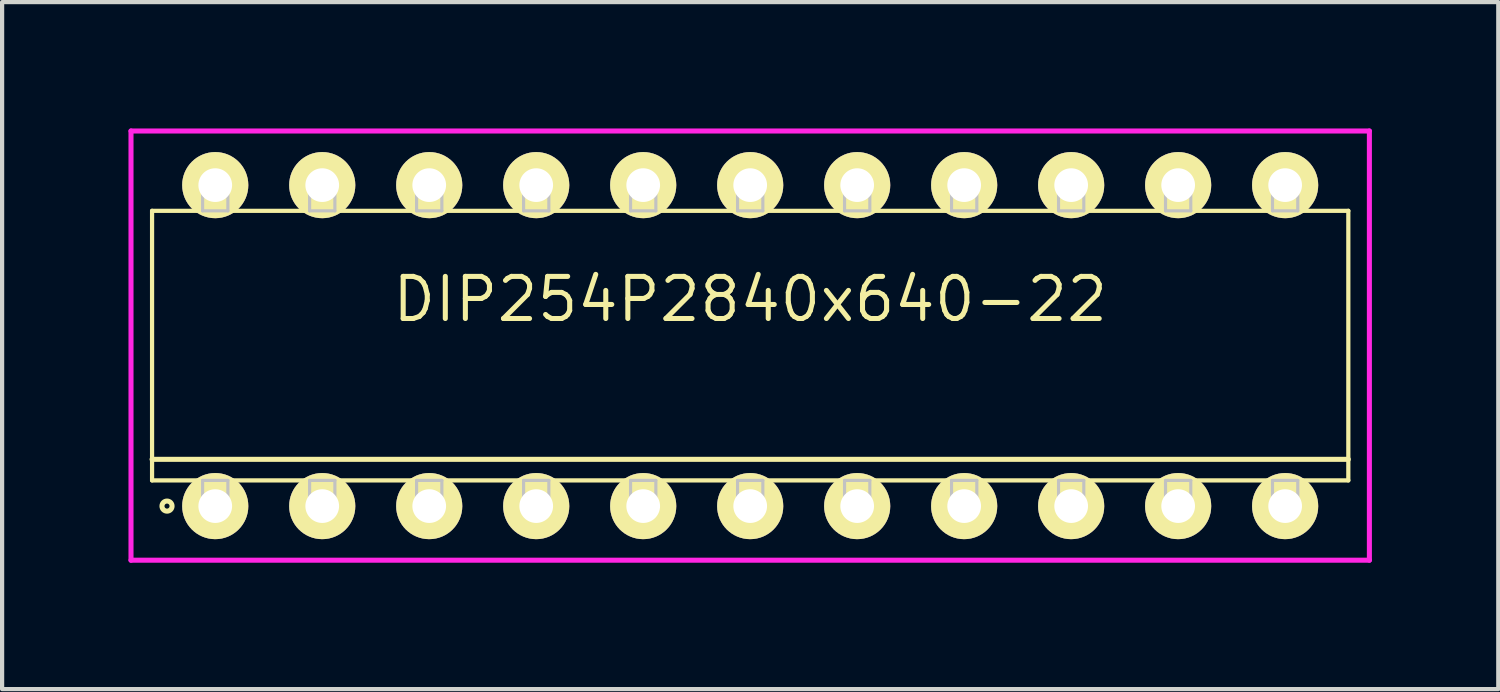
<source format=kicad_pcb>
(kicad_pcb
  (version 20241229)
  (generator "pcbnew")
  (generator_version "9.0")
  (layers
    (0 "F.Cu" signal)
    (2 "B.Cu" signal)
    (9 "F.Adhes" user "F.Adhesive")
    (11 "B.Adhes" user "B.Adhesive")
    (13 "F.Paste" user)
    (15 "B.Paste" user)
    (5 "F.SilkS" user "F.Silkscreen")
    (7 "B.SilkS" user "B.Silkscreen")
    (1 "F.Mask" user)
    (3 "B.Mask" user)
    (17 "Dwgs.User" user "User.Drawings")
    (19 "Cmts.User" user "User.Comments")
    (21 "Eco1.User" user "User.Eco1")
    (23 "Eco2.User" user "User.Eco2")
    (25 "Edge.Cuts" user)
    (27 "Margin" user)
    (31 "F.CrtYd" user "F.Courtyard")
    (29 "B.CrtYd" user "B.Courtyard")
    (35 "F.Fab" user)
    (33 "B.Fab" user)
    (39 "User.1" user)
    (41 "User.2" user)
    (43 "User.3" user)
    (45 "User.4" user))
  (footprint "DIP254P2840x640-22"
    (layer "F.Cu")
    (at 14.76 5.155)
    (property "Reference" "DIP254P2840x640-22" (at 0 -1.1 0) (layer "F.SilkS") (effects (font (size 1 1) (thickness 0.12))))
    (attr through_hole)
    (fp_line (start -14.2 -3.2) (end -14.2 3.2) (stroke (width 0.1) (type solid)) (layer "F.SilkS"))
    (fp_line (start -14.2 2.7) (end 14.2 2.7) (stroke (width 0.12) (type solid)) (layer "F.SilkS"))
    (fp_line (start -14.2 3.2) (end 14.2 3.2) (stroke (width 0.1) (type solid)) (layer "F.SilkS"))
    (fp_line (start 14.2 -3.2) (end -14.2 -3.2) (stroke (width 0.1) (type solid)) (layer "F.SilkS"))
    (fp_line (start 14.2 3.2) (end 14.2 -3.2) (stroke (width 0.1) (type solid)) (layer "F.SilkS"))
    (fp_circle (center -13.845 3.81) (end -13.725 3.81) (stroke (width 0.12) (type solid)) (fill no) (layer "F.SilkS"))
    (fp_line (start -13 -3.81) (end -13 -3.2) (stroke (width 0.075) (type solid)) (layer "Dwgs.User"))
    (fp_line (start -13 -3.2) (end -12.4 -3.2) (stroke (width 0.075) (type solid)) (layer "Dwgs.User"))
    (fp_line (start -13 3.2) (end -12.4 3.2) (stroke (width 0.075) (type solid)) (layer "Dwgs.User"))
    (fp_line (start -13 3.81) (end -13 3.2) (stroke (width 0.075) (type solid)) (layer "Dwgs.User"))
    (fp_line (start -12.4 -3.81) (end -13 -3.81) (stroke (width 0.075) (type solid)) (layer "Dwgs.User"))
    (fp_line (start -12.4 -3.2) (end -12.4 -3.81) (stroke (width 0.075) (type solid)) (layer "Dwgs.User"))
    (fp_line (start -12.4 3.2) (end -12.4 3.81) (stroke (width 0.075) (type solid)) (layer "Dwgs.User"))
    (fp_line (start -12.4 3.81) (end -13 3.81) (stroke (width 0.075) (type solid)) (layer "Dwgs.User"))
    (fp_line (start -10.46 -3.81) (end -10.46 -3.2) (stroke (width 0.075) (type solid)) (layer "Dwgs.User"))
    (fp_line (start -10.46 -3.2) (end -9.86 -3.2) (stroke (width 0.075) (type solid)) (layer "Dwgs.User"))
    (fp_line (start -10.46 3.2) (end -9.86 3.2) (stroke (width 0.075) (type solid)) (layer "Dwgs.User"))
    (fp_line (start -10.46 3.81) (end -10.46 3.2) (stroke (width 0.075) (type solid)) (layer "Dwgs.User"))
    (fp_line (start -9.86 -3.81) (end -10.46 -3.81) (stroke (width 0.075) (type solid)) (layer "Dwgs.User"))
    (fp_line (start -9.86 -3.2) (end -9.86 -3.81) (stroke (width 0.075) (type solid)) (layer "Dwgs.User"))
    (fp_line (start -9.86 3.2) (end -9.86 3.81) (stroke (width 0.075) (type solid)) (layer "Dwgs.User"))
    (fp_line (start -9.86 3.81) (end -10.46 3.81) (stroke (width 0.075) (type solid)) (layer "Dwgs.User"))
    (fp_line (start -7.92 -3.81) (end -7.92 -3.2) (stroke (width 0.075) (type solid)) (layer "Dwgs.User"))
    (fp_line (start -7.92 -3.2) (end -7.32 -3.2) (stroke (width 0.075) (type solid)) (layer "Dwgs.User"))
    (fp_line (start -7.92 3.2) (end -7.32 3.2) (stroke (width 0.075) (type solid)) (layer "Dwgs.User"))
    (fp_line (start -7.92 3.81) (end -7.92 3.2) (stroke (width 0.075) (type solid)) (layer "Dwgs.User"))
    (fp_line (start -7.32 -3.81) (end -7.92 -3.81) (stroke (width 0.075) (type solid)) (layer "Dwgs.User"))
    (fp_line (start -7.32 -3.2) (end -7.32 -3.81) (stroke (width 0.075) (type solid)) (layer "Dwgs.User"))
    (fp_line (start -7.32 3.2) (end -7.32 3.81) (stroke (width 0.075) (type solid)) (layer "Dwgs.User"))
    (fp_line (start -7.32 3.81) (end -7.92 3.81) (stroke (width 0.075) (type solid)) (layer "Dwgs.User"))
    (fp_line (start -5.38 -3.81) (end -5.38 -3.2) (stroke (width 0.075) (type solid)) (layer "Dwgs.User"))
    (fp_line (start -5.38 -3.2) (end -4.78 -3.2) (stroke (width 0.075) (type solid)) (layer "Dwgs.User"))
    (fp_line (start -5.38 3.2) (end -4.78 3.2) (stroke (width 0.075) (type solid)) (layer "Dwgs.User"))
    (fp_line (start -5.38 3.81) (end -5.38 3.2) (stroke (width 0.075) (type solid)) (layer "Dwgs.User"))
    (fp_line (start -4.78 -3.81) (end -5.38 -3.81) (stroke (width 0.075) (type solid)) (layer "Dwgs.User"))
    (fp_line (start -4.78 -3.2) (end -4.78 -3.81) (stroke (width 0.075) (type solid)) (layer "Dwgs.User"))
    (fp_line (start -4.78 3.2) (end -4.78 3.81) (stroke (width 0.075) (type solid)) (layer "Dwgs.User"))
    (fp_line (start -4.78 3.81) (end -5.38 3.81) (stroke (width 0.075) (type solid)) (layer "Dwgs.User"))
    (fp_line (start -2.84 -3.81) (end -2.84 -3.2) (stroke (width 0.075) (type solid)) (layer "Dwgs.User"))
    (fp_line (start -2.84 -3.2) (end -2.24 -3.2) (stroke (width 0.075) (type solid)) (layer "Dwgs.User"))
    (fp_line (start -2.84 3.2) (end -2.24 3.2) (stroke (width 0.075) (type solid)) (layer "Dwgs.User"))
    (fp_line (start -2.84 3.81) (end -2.84 3.2) (stroke (width 0.075) (type solid)) (layer "Dwgs.User"))
    (fp_line (start -2.24 -3.81) (end -2.84 -3.81) (stroke (width 0.075) (type solid)) (layer "Dwgs.User"))
    (fp_line (start -2.24 -3.2) (end -2.24 -3.81) (stroke (width 0.075) (type solid)) (layer "Dwgs.User"))
    (fp_line (start -2.24 3.2) (end -2.24 3.81) (stroke (width 0.075) (type solid)) (layer "Dwgs.User"))
    (fp_line (start -2.24 3.81) (end -2.84 3.81) (stroke (width 0.075) (type solid)) (layer "Dwgs.User"))
    (fp_line (start -0.3 -3.81) (end -0.3 -3.2) (stroke (width 0.075) (type solid)) (layer "Dwgs.User"))
    (fp_line (start -0.3 -3.2) (end 0.3 -3.2) (stroke (width 0.075) (type solid)) (layer "Dwgs.User"))
    (fp_line (start -0.3 3.2) (end 0.3 3.2) (stroke (width 0.075) (type solid)) (layer "Dwgs.User"))
    (fp_line (start -0.3 3.81) (end -0.3 3.2) (stroke (width 0.075) (type solid)) (layer "Dwgs.User"))
    (fp_line (start 0.3 -3.81) (end -0.3 -3.81) (stroke (width 0.075) (type solid)) (layer "Dwgs.User"))
    (fp_line (start 0.3 -3.2) (end 0.3 -3.81) (stroke (width 0.075) (type solid)) (layer "Dwgs.User"))
    (fp_line (start 0.3 3.2) (end 0.3 3.81) (stroke (width 0.075) (type solid)) (layer "Dwgs.User"))
    (fp_line (start 0.3 3.81) (end -0.3 3.81) (stroke (width 0.075) (type solid)) (layer "Dwgs.User"))
    (fp_line (start 2.24 -3.81) (end 2.24 -3.2) (stroke (width 0.075) (type solid)) (layer "Dwgs.User"))
    (fp_line (start 2.24 -3.2) (end 2.84 -3.2) (stroke (width 0.075) (type solid)) (layer "Dwgs.User"))
    (fp_line (start 2.24 3.2) (end 2.84 3.2) (stroke (width 0.075) (type solid)) (layer "Dwgs.User"))
    (fp_line (start 2.24 3.81) (end 2.24 3.2) (stroke (width 0.075) (type solid)) (layer "Dwgs.User"))
    (fp_line (start 2.84 -3.81) (end 2.24 -3.81) (stroke (width 0.075) (type solid)) (layer "Dwgs.User"))
    (fp_line (start 2.84 -3.2) (end 2.84 -3.81) (stroke (width 0.075) (type solid)) (layer "Dwgs.User"))
    (fp_line (start 2.84 3.2) (end 2.84 3.81) (stroke (width 0.075) (type solid)) (layer "Dwgs.User"))
    (fp_line (start 2.84 3.81) (end 2.24 3.81) (stroke (width 0.075) (type solid)) (layer "Dwgs.User"))
    (fp_line (start 4.78 -3.81) (end 4.78 -3.2) (stroke (width 0.075) (type solid)) (layer "Dwgs.User"))
    (fp_line (start 4.78 -3.2) (end 5.38 -3.2) (stroke (width 0.075) (type solid)) (layer "Dwgs.User"))
    (fp_line (start 4.78 3.2) (end 5.38 3.2) (stroke (width 0.075) (type solid)) (layer "Dwgs.User"))
    (fp_line (start 4.78 3.81) (end 4.78 3.2) (stroke (width 0.075) (type solid)) (layer "Dwgs.User"))
    (fp_line (start 5.38 -3.81) (end 4.78 -3.81) (stroke (width 0.075) (type solid)) (layer "Dwgs.User"))
    (fp_line (start 5.38 -3.2) (end 5.38 -3.81) (stroke (width 0.075) (type solid)) (layer "Dwgs.User"))
    (fp_line (start 5.38 3.2) (end 5.38 3.81) (stroke (width 0.075) (type solid)) (layer "Dwgs.User"))
    (fp_line (start 5.38 3.81) (end 4.78 3.81) (stroke (width 0.075) (type solid)) (layer "Dwgs.User"))
    (fp_line (start 7.32 -3.81) (end 7.32 -3.2) (stroke (width 0.075) (type solid)) (layer "Dwgs.User"))
    (fp_line (start 7.32 -3.2) (end 7.92 -3.2) (stroke (width 0.075) (type solid)) (layer "Dwgs.User"))
    (fp_line (start 7.32 3.2) (end 7.92 3.2) (stroke (width 0.075) (type solid)) (layer "Dwgs.User"))
    (fp_line (start 7.32 3.81) (end 7.32 3.2) (stroke (width 0.075) (type solid)) (layer "Dwgs.User"))
    (fp_line (start 7.92 -3.81) (end 7.32 -3.81) (stroke (width 0.075) (type solid)) (layer "Dwgs.User"))
    (fp_line (start 7.92 -3.2) (end 7.92 -3.81) (stroke (width 0.075) (type solid)) (layer "Dwgs.User"))
    (fp_line (start 7.92 3.2) (end 7.92 3.81) (stroke (width 0.075) (type solid)) (layer "Dwgs.User"))
    (fp_line (start 7.92 3.81) (end 7.32 3.81) (stroke (width 0.075) (type solid)) (layer "Dwgs.User"))
    (fp_line (start 9.86 -3.81) (end 9.86 -3.2) (stroke (width 0.075) (type solid)) (layer "Dwgs.User"))
    (fp_line (start 9.86 -3.2) (end 10.46 -3.2) (stroke (width 0.075) (type solid)) (layer "Dwgs.User"))
    (fp_line (start 9.86 3.2) (end 10.46 3.2) (stroke (width 0.075) (type solid)) (layer "Dwgs.User"))
    (fp_line (start 9.86 3.81) (end 9.86 3.2) (stroke (width 0.075) (type solid)) (layer "Dwgs.User"))
    (fp_line (start 10.46 -3.81) (end 9.86 -3.81) (stroke (width 0.075) (type solid)) (layer "Dwgs.User"))
    (fp_line (start 10.46 -3.2) (end 10.46 -3.81) (stroke (width 0.075) (type solid)) (layer "Dwgs.User"))
    (fp_line (start 10.46 3.2) (end 10.46 3.81) (stroke (width 0.075) (type solid)) (layer "Dwgs.User"))
    (fp_line (start 10.46 3.81) (end 9.86 3.81) (stroke (width 0.075) (type solid)) (layer "Dwgs.User"))
    (fp_line (start 12.4 -3.81) (end 12.4 -3.2) (stroke (width 0.075) (type solid)) (layer "Dwgs.User"))
    (fp_line (start 12.4 -3.2) (end 13 -3.2) (stroke (width 0.075) (type solid)) (layer "Dwgs.User"))
    (fp_line (start 12.4 3.2) (end 13 3.2) (stroke (width 0.075) (type solid)) (layer "Dwgs.User"))
    (fp_line (start 12.4 3.81) (end 12.4 3.2) (stroke (width 0.075) (type solid)) (layer "Dwgs.User"))
    (fp_line (start 13 -3.81) (end 12.4 -3.81) (stroke (width 0.075) (type solid)) (layer "Dwgs.User"))
    (fp_line (start 13 -3.2) (end 13 -3.81) (stroke (width 0.075) (type solid)) (layer "Dwgs.User"))
    (fp_line (start 13 3.2) (end 13 3.81) (stroke (width 0.075) (type solid)) (layer "Dwgs.User"))
    (fp_line (start 13 3.81) (end 12.4 3.81) (stroke (width 0.075) (type solid)) (layer "Dwgs.User"))
    (fp_line (start -0.75 0) (end 0.75 0) (stroke (width 0.12) (type solid)) (layer "Eco1.User"))
    (fp_line (start 0 -0.75) (end 0 0.75) (stroke (width 0.12) (type solid)) (layer "Eco1.User"))
    (fp_circle (center 0 0) (end 0.5 0) (stroke (width 0.12) (type solid)) (fill no) (layer "Eco1.User"))
    (fp_line (start -14.7 -5.095) (end -14.7 5.095) (stroke (width 0.12) (type solid)) (layer "F.CrtYd"))
    (fp_line (start -14.7 5.095) (end 14.7 5.095) (stroke (width 0.12) (type solid)) (layer "F.CrtYd"))
    (fp_line (start 14.7 -5.095) (end -14.7 -5.095) (stroke (width 0.12) (type solid)) (layer "F.CrtYd"))
    (fp_line (start 14.7 5.095) (end 14.7 -5.095) (stroke (width 0.12) (type solid)) (layer "F.CrtYd"))
    (pad "1" thru_hole oval (at -12.7 3.81) (size 1.57 1.57) (drill 0.8) (layers "*.Cu" "*.Mask" "F.SilkS"))
    (pad "2" thru_hole oval (at -10.16 3.81) (size 1.57 1.57) (drill 0.8) (layers "*.Cu" "*.Mask" "F.SilkS"))
    (pad "3" thru_hole oval (at -7.62 3.81) (size 1.57 1.57) (drill 0.8) (layers "*.Cu" "*.Mask" "F.SilkS"))
    (pad "4" thru_hole oval (at -5.08 3.81) (size 1.57 1.57) (drill 0.8) (layers "*.Cu" "*.Mask" "F.SilkS"))
    (pad "5" thru_hole oval (at -2.54 3.81) (size 1.57 1.57) (drill 0.8) (layers "*.Cu" "*.Mask" "F.SilkS"))
    (pad "6" thru_hole oval (at 0 3.81) (size 1.57 1.57) (drill 0.8) (layers "*.Cu" "*.Mask" "F.SilkS"))
    (pad "7" thru_hole oval (at 2.54 3.81) (size 1.57 1.57) (drill 0.8) (layers "*.Cu" "*.Mask" "F.SilkS"))
    (pad "8" thru_hole oval (at 5.08 3.81) (size 1.57 1.57) (drill 0.8) (layers "*.Cu" "*.Mask" "F.SilkS"))
    (pad "9" thru_hole oval (at 7.62 3.81) (size 1.57 1.57) (drill 0.8) (layers "*.Cu" "*.Mask" "F.SilkS"))
    (pad "10" thru_hole oval (at 10.16 3.81) (size 1.57 1.57) (drill 0.8) (layers "*.Cu" "*.Mask" "F.SilkS"))
    (pad "11" thru_hole oval (at 12.7 3.81) (size 1.57 1.57) (drill 0.8) (layers "*.Cu" "*.Mask" "F.SilkS"))
    (pad "12" thru_hole oval (at 12.7 -3.81) (size 1.57 1.57) (drill 0.8) (layers "*.Cu" "*.Mask" "F.SilkS"))
    (pad "13" thru_hole oval (at 10.16 -3.81) (size 1.57 1.57) (drill 0.8) (layers "*.Cu" "*.Mask" "F.SilkS"))
    (pad "14" thru_hole oval (at 7.62 -3.81) (size 1.57 1.57) (drill 0.8) (layers "*.Cu" "*.Mask" "F.SilkS"))
    (pad "15" thru_hole oval (at 5.08 -3.81) (size 1.57 1.57) (drill 0.8) (layers "*.Cu" "*.Mask" "F.SilkS"))
    (pad "16" thru_hole oval (at 2.54 -3.81) (size 1.57 1.57) (drill 0.8) (layers "*.Cu" "*.Mask" "F.SilkS"))
    (pad "17" thru_hole oval (at 0 -3.81) (size 1.57 1.57) (drill 0.8) (layers "*.Cu" "*.Mask" "F.SilkS"))
    (pad "18" thru_hole oval (at -2.54 -3.81) (size 1.57 1.57) (drill 0.8) (layers "*.Cu" "*.Mask" "F.SilkS"))
    (pad "19" thru_hole oval (at -5.08 -3.81) (size 1.57 1.57) (drill 0.8) (layers "*.Cu" "*.Mask" "F.SilkS"))
    (pad "20" thru_hole oval (at -7.62 -3.81) (size 1.57 1.57) (drill 0.8) (layers "*.Cu" "*.Mask" "F.SilkS"))
    (pad "21" thru_hole oval (at -10.16 -3.81) (size 1.57 1.57) (drill 0.8) (layers "*.Cu" "*.Mask" "F.SilkS"))
    (pad "22" thru_hole oval (at -12.7 -3.81) (size 1.57 1.57) (drill 0.8) (layers "*.Cu" "*.Mask" "F.SilkS")))
  (gr_rect
    (start -3 -3)
    (end 32.52 13.31)
    (stroke (width 0.1) (type default))
    (fill no)
    (layer "Edge.Cuts")))
</source>
